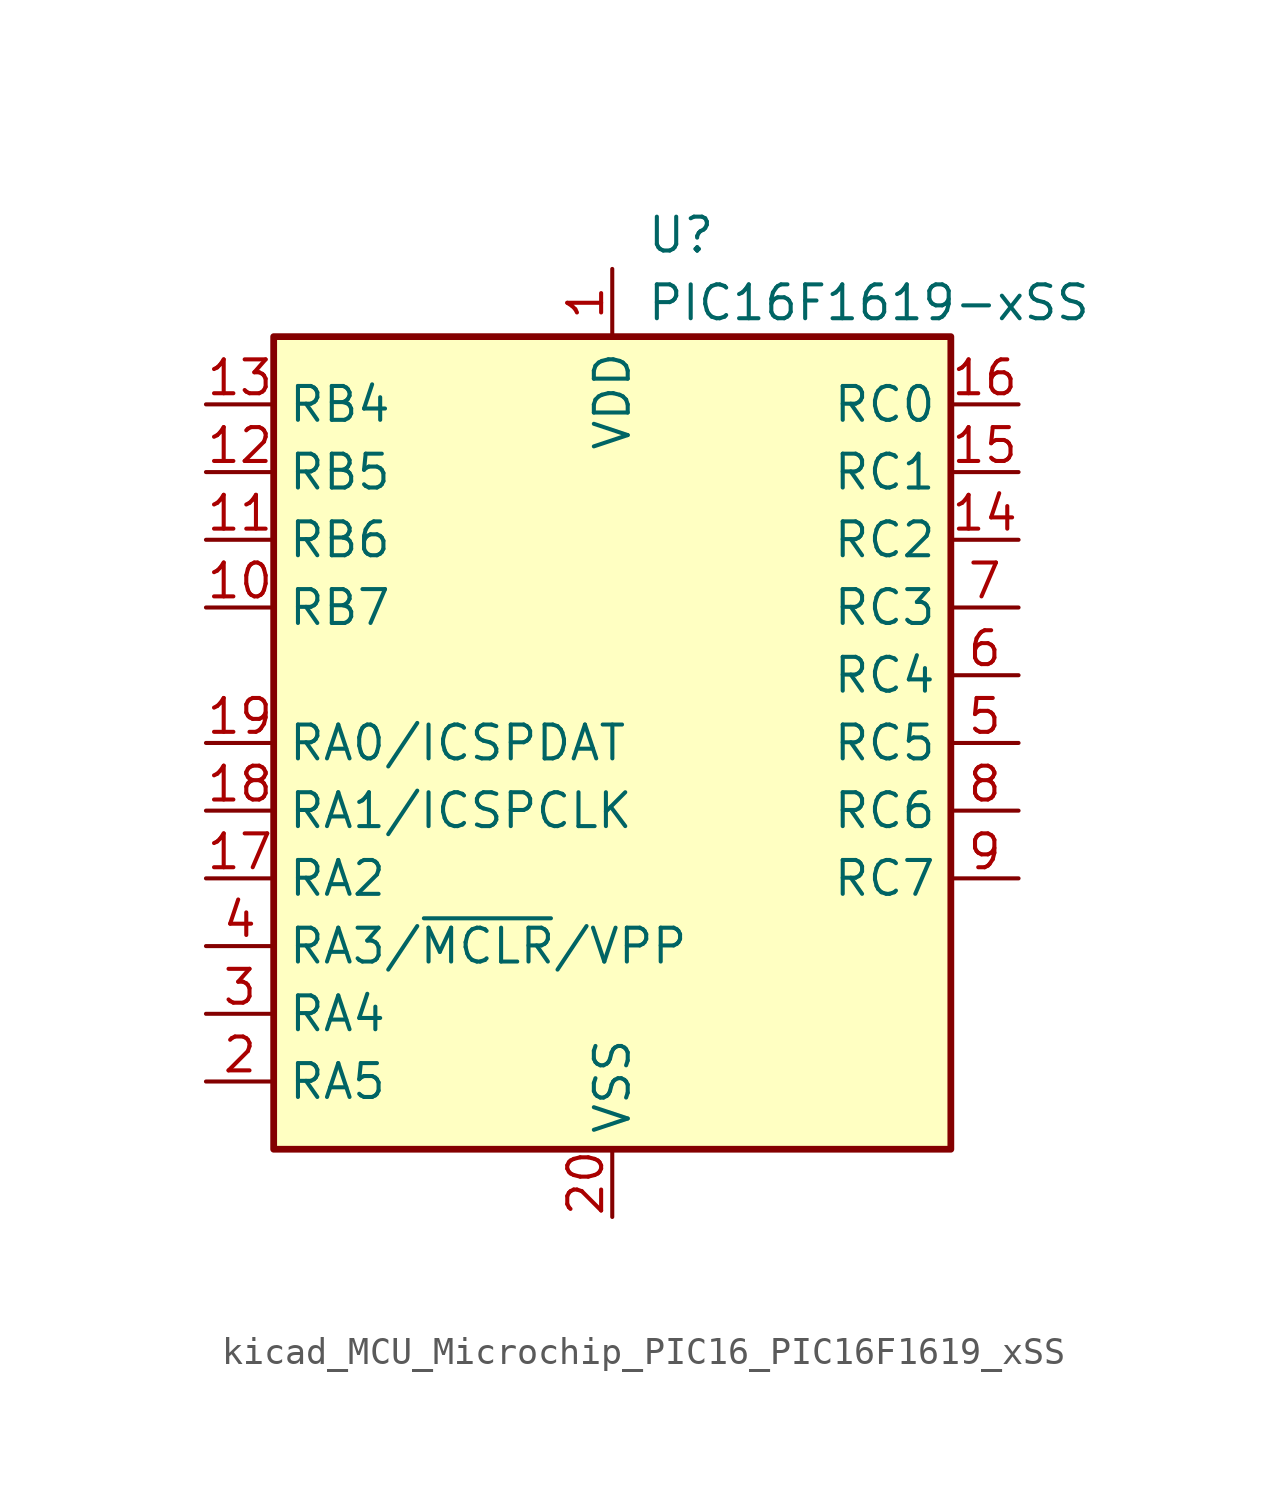
<source format=kicad_sym>
(kicad_symbol_lib
  (version 20220914)
  (generator kicad_symbol_editor)
  (symbol "kicad_MCU_Microchip_PIC16_PIC16F1619_xSS"
    (property "Reference" "U"
      (at 1.27 19.05 0)
      (effects (font (size 1.27 1.27)) (justify left)))
    (property "Value" "PIC16F1619-xSS"
      (at 1.27 16.51 0)
      (effects (font (size 1.27 1.27)) (justify left)))
    (symbol "kicad_MCU_Microchip_PIC16_PIC16F1619_xSS_0_1"
      (rectangle (start -12.7 15.24) (end 12.7 -15.24) (stroke (width 0.254) (type default)) (fill (type background))))
    (symbol "kicad_MCU_Microchip_PIC16_PIC16F1619_xSS_1_1"
      (pin power_in line (at 0 17.78 270) (length 2.54) (name "VDD" (effects (font (size 1.27 1.27)))) (number "1" (effects (font (size 1.27 1.27)))))
      (pin bidirectional line (at -15.24 5.08 0) (length 2.54) (name "RB7" (effects (font (size 1.27 1.27)))) (number "10" (effects (font (size 1.27 1.27)))))
      (pin bidirectional line (at -15.24 7.62 0) (length 2.54) (name "RB6" (effects (font (size 1.27 1.27)))) (number "11" (effects (font (size 1.27 1.27)))))
      (pin bidirectional line (at -15.24 10.16 0) (length 2.54) (name "RB5" (effects (font (size 1.27 1.27)))) (number "12" (effects (font (size 1.27 1.27)))))
      (pin bidirectional line (at -15.24 12.7 0) (length 2.54) (name "RB4" (effects (font (size 1.27 1.27)))) (number "13" (effects (font (size 1.27 1.27)))))
      (pin bidirectional line (at 15.24 7.62 180) (length 2.54) (name "RC2" (effects (font (size 1.27 1.27)))) (number "14" (effects (font (size 1.27 1.27)))))
      (pin bidirectional line (at 15.24 10.16 180) (length 2.54) (name "RC1" (effects (font (size 1.27 1.27)))) (number "15" (effects (font (size 1.27 1.27)))))
      (pin bidirectional line (at 15.24 12.7 180) (length 2.54) (name "RC0" (effects (font (size 1.27 1.27)))) (number "16" (effects (font (size 1.27 1.27)))))
      (pin bidirectional line (at -15.24 -5.08 0) (length 2.54) (name "RA2" (effects (font (size 1.27 1.27)))) (number "17" (effects (font (size 1.27 1.27)))))
      (pin bidirectional line (at -15.24 -2.54 0) (length 2.54) (name "RA1/ICSPCLK" (effects (font (size 1.27 1.27)))) (number "18" (effects (font (size 1.27 1.27)))))
      (pin bidirectional line (at -15.24 0 0) (length 2.54) (name "RA0/ICSPDAT" (effects (font (size 1.27 1.27)))) (number "19" (effects (font (size 1.27 1.27)))))
      (pin bidirectional line (at -15.24 -12.7 0) (length 2.54) (name "RA5" (effects (font (size 1.27 1.27)))) (number "2" (effects (font (size 1.27 1.27)))))
      (pin power_in line (at 0 -17.78 90) (length 2.54) (name "VSS" (effects (font (size 1.27 1.27)))) (number "20" (effects (font (size 1.27 1.27)))))
      (pin bidirectional line (at -15.24 -10.16 0) (length 2.54) (name "RA4" (effects (font (size 1.27 1.27)))) (number "3" (effects (font (size 1.27 1.27)))))
      (pin bidirectional line (at -15.24 -7.62 0) (length 2.54) (name "RA3/~{MCLR}/VPP" (effects (font (size 1.27 1.27)))) (number "4" (effects (font (size 1.27 1.27)))))
      (pin bidirectional line (at 15.24 0 180) (length 2.54) (name "RC5" (effects (font (size 1.27 1.27)))) (number "5" (effects (font (size 1.27 1.27)))))
      (pin bidirectional line (at 15.24 2.54 180) (length 2.54) (name "RC4" (effects (font (size 1.27 1.27)))) (number "6" (effects (font (size 1.27 1.27)))))
      (pin bidirectional line (at 15.24 5.08 180) (length 2.54) (name "RC3" (effects (font (size 1.27 1.27)))) (number "7" (effects (font (size 1.27 1.27)))))
      (pin bidirectional line (at 15.24 -2.54 180) (length 2.54) (name "RC6" (effects (font (size 1.27 1.27)))) (number "8" (effects (font (size 1.27 1.27)))))
      (pin bidirectional line (at 15.24 -5.08 180) (length 2.54) (name "RC7" (effects (font (size 1.27 1.27)))) (number "9" (effects (font (size 1.27 1.27))))))))
</source>
